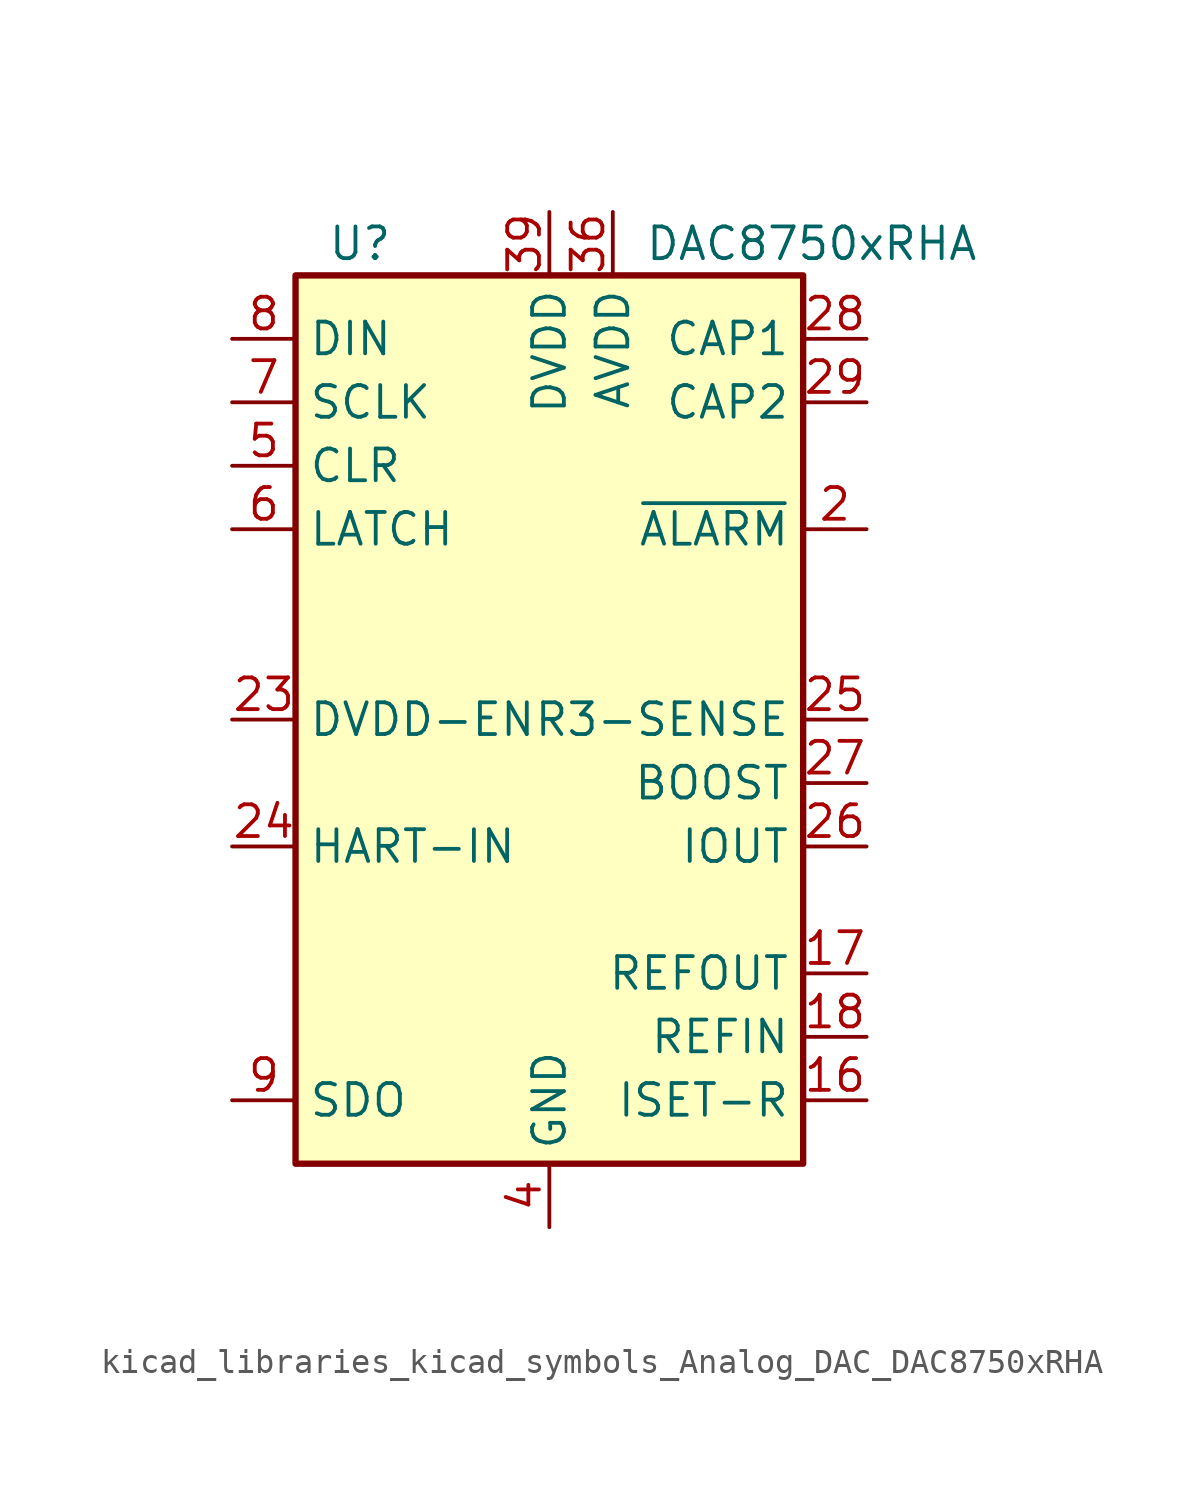
<source format=kicad_sym>
(kicad_symbol_lib
  (version 20220914)
  (generator kicad_symbol_editor)
  (symbol "kicad_libraries_kicad_symbols_Analog_DAC_DAC8750xRHA"
    (property "Reference" "U"
      (at -8.89 19.05 0)
      (effects (font (size 1.27 1.27)) (justify left)))
    (property "Value" "DAC8750xRHA"
      (at 3.81 19.05 0)
      (effects (font (size 1.27 1.27)) (justify left)))
    (symbol "kicad_libraries_kicad_symbols_Analog_DAC_DAC8750xRHA_1_1"
      (rectangle (start -10.16 17.78) (end 10.16 -17.78) (stroke (width 0.254) (type default)) (fill (type background)))
      (pin no_connect line (at -10.16 -2.54 0) (length 2.54) hide (name "NC" (effects (font (size 1.27 1.27)))) (number "1" (effects (font (size 1.27 1.27)))))
      (pin no_connect line (at -10.16 -12.7 0) (length 2.54) hide (name "NC" (effects (font (size 1.27 1.27)))) (number "10" (effects (font (size 1.27 1.27)))))
      (pin no_connect line (at -5.08 17.78 270) (length 2.54) hide (name "NC" (effects (font (size 1.27 1.27)))) (number "11" (effects (font (size 1.27 1.27)))))
      (pin passive line (at 0 -20.32 90) (length 2.54) hide (name "GND" (effects (font (size 1.27 1.27)))) (number "12" (effects (font (size 1.27 1.27)))))
      (pin passive line (at 0 -20.32 90) (length 2.54) hide (name "GND" (effects (font (size 1.27 1.27)))) (number "13" (effects (font (size 1.27 1.27)))))
      (pin passive line (at 0 -20.32 90) (length 2.54) hide (name "GND" (effects (font (size 1.27 1.27)))) (number "14" (effects (font (size 1.27 1.27)))))
      (pin passive line (at 0 -20.32 90) (length 2.54) hide (name "GND" (effects (font (size 1.27 1.27)))) (number "15" (effects (font (size 1.27 1.27)))))
      (pin passive line (at 12.7 -15.24 180) (length 2.54) (name "ISET-R" (effects (font (size 1.27 1.27)))) (number "16" (effects (font (size 1.27 1.27)))))
      (pin output line (at 12.7 -10.16 180) (length 2.54) (name "REFOUT" (effects (font (size 1.27 1.27)))) (number "17" (effects (font (size 1.27 1.27)))))
      (pin input line (at 12.7 -12.7 180) (length 2.54) (name "REFIN" (effects (font (size 1.27 1.27)))) (number "18" (effects (font (size 1.27 1.27)))))
      (pin no_connect line (at 10.16 -7.62 180) (length 2.54) hide (name "NC" (effects (font (size 1.27 1.27)))) (number "19" (effects (font (size 1.27 1.27)))))
      (pin open_collector line (at 12.7 7.62 180) (length 2.54) (name "~{ALARM}" (effects (font (size 1.27 1.27)))) (number "2" (effects (font (size 1.27 1.27)))))
      (pin no_connect line (at 10.16 10.16 180) (length 2.54) hide (name "NC" (effects (font (size 1.27 1.27)))) (number "20" (effects (font (size 1.27 1.27)))))
      (pin no_connect line (at -10.16 2.54 0) (length 2.54) hide (name "NC" (effects (font (size 1.27 1.27)))) (number "21" (effects (font (size 1.27 1.27)))))
      (pin no_connect line (at -2.54 17.78 270) (length 2.54) hide (name "NC" (effects (font (size 1.27 1.27)))) (number "22" (effects (font (size 1.27 1.27)))))
      (pin input line (at -12.7 0 0) (length 2.54) (name "DVDD-EN" (effects (font (size 1.27 1.27)))) (number "23" (effects (font (size 1.27 1.27)))))
      (pin input line (at -12.7 -5.08 0) (length 2.54) (name "HART-IN" (effects (font (size 1.27 1.27)))) (number "24" (effects (font (size 1.27 1.27)))))
      (pin output line (at 12.7 0 180) (length 2.54) (name "R3-SENSE" (effects (font (size 1.27 1.27)))) (number "25" (effects (font (size 1.27 1.27)))))
      (pin output line (at 12.7 -5.08 180) (length 2.54) (name "IOUT" (effects (font (size 1.27 1.27)))) (number "26" (effects (font (size 1.27 1.27)))))
      (pin output line (at 12.7 -2.54 180) (length 2.54) (name "BOOST" (effects (font (size 1.27 1.27)))) (number "27" (effects (font (size 1.27 1.27)))))
      (pin passive line (at 12.7 15.24 180) (length 2.54) (name "CAP1" (effects (font (size 1.27 1.27)))) (number "28" (effects (font (size 1.27 1.27)))))
      (pin passive line (at 12.7 12.7 180) (length 2.54) (name "CAP2" (effects (font (size 1.27 1.27)))) (number "29" (effects (font (size 1.27 1.27)))))
      (pin passive line (at 0 -20.32 90) (length 2.54) hide (name "GND" (effects (font (size 1.27 1.27)))) (number "3" (effects (font (size 1.27 1.27)))))
      (pin no_connect line (at -5.08 -17.78 90) (length 2.54) hide (name "NC" (effects (font (size 1.27 1.27)))) (number "30" (effects (font (size 1.27 1.27)))))
      (pin no_connect line (at -2.54 -17.78 90) (length 2.54) hide (name "NC" (effects (font (size 1.27 1.27)))) (number "31" (effects (font (size 1.27 1.27)))))
      (pin no_connect line (at 2.54 -17.78 90) (length 2.54) hide (name "NC" (effects (font (size 1.27 1.27)))) (number "32" (effects (font (size 1.27 1.27)))))
      (pin no_connect line (at 5.08 -17.78 90) (length 2.54) hide (name "NC" (effects (font (size 1.27 1.27)))) (number "33" (effects (font (size 1.27 1.27)))))
      (pin no_connect line (at 10.16 2.54 180) (length 2.54) hide (name "NC" (effects (font (size 1.27 1.27)))) (number "34" (effects (font (size 1.27 1.27)))))
      (pin no_connect line (at 10.16 5.08 180) (length 2.54) hide (name "NC" (effects (font (size 1.27 1.27)))) (number "35" (effects (font (size 1.27 1.27)))))
      (pin power_in line (at 2.54 20.32 270) (length 2.54) (name "AVDD" (effects (font (size 1.27 1.27)))) (number "36" (effects (font (size 1.27 1.27)))))
      (pin passive line (at 0 -20.32 90) (length 2.54) hide (name "GND" (effects (font (size 1.27 1.27)))) (number "37" (effects (font (size 1.27 1.27)))))
      (pin no_connect line (at -10.16 -10.16 0) (length 2.54) hide (name "NC" (effects (font (size 1.27 1.27)))) (number "38" (effects (font (size 1.27 1.27)))))
      (pin power_in line (at 0 20.32 270) (length 2.54) (name "DVDD" (effects (font (size 1.27 1.27)))) (number "39" (effects (font (size 1.27 1.27)))))
      (pin power_in line (at 0 -20.32 90) (length 2.54) (name "GND" (effects (font (size 1.27 1.27)))) (number "4" (effects (font (size 1.27 1.27)))))
      (pin no_connect line (at -10.16 -7.62 0) (length 2.54) hide (name "NC" (effects (font (size 1.27 1.27)))) (number "40" (effects (font (size 1.27 1.27)))))
      (pin passive line (at 0 -20.32 90) (length 2.54) hide (name "GND" (effects (font (size 1.27 1.27)))) (number "41" (effects (font (size 1.27 1.27)))))
      (pin input line (at -12.7 10.16 0) (length 2.54) (name "CLR" (effects (font (size 1.27 1.27)))) (number "5" (effects (font (size 1.27 1.27)))))
      (pin input line (at -12.7 7.62 0) (length 2.54) (name "LATCH" (effects (font (size 1.27 1.27)))) (number "6" (effects (font (size 1.27 1.27)))))
      (pin input line (at -12.7 12.7 0) (length 2.54) (name "SCLK" (effects (font (size 1.27 1.27)))) (number "7" (effects (font (size 1.27 1.27)))))
      (pin input line (at -12.7 15.24 0) (length 2.54) (name "DIN" (effects (font (size 1.27 1.27)))) (number "8" (effects (font (size 1.27 1.27)))))
      (pin output line (at -12.7 -15.24 0) (length 2.54) (name "SDO" (effects (font (size 1.27 1.27)))) (number "9" (effects (font (size 1.27 1.27))))))))
</source>
